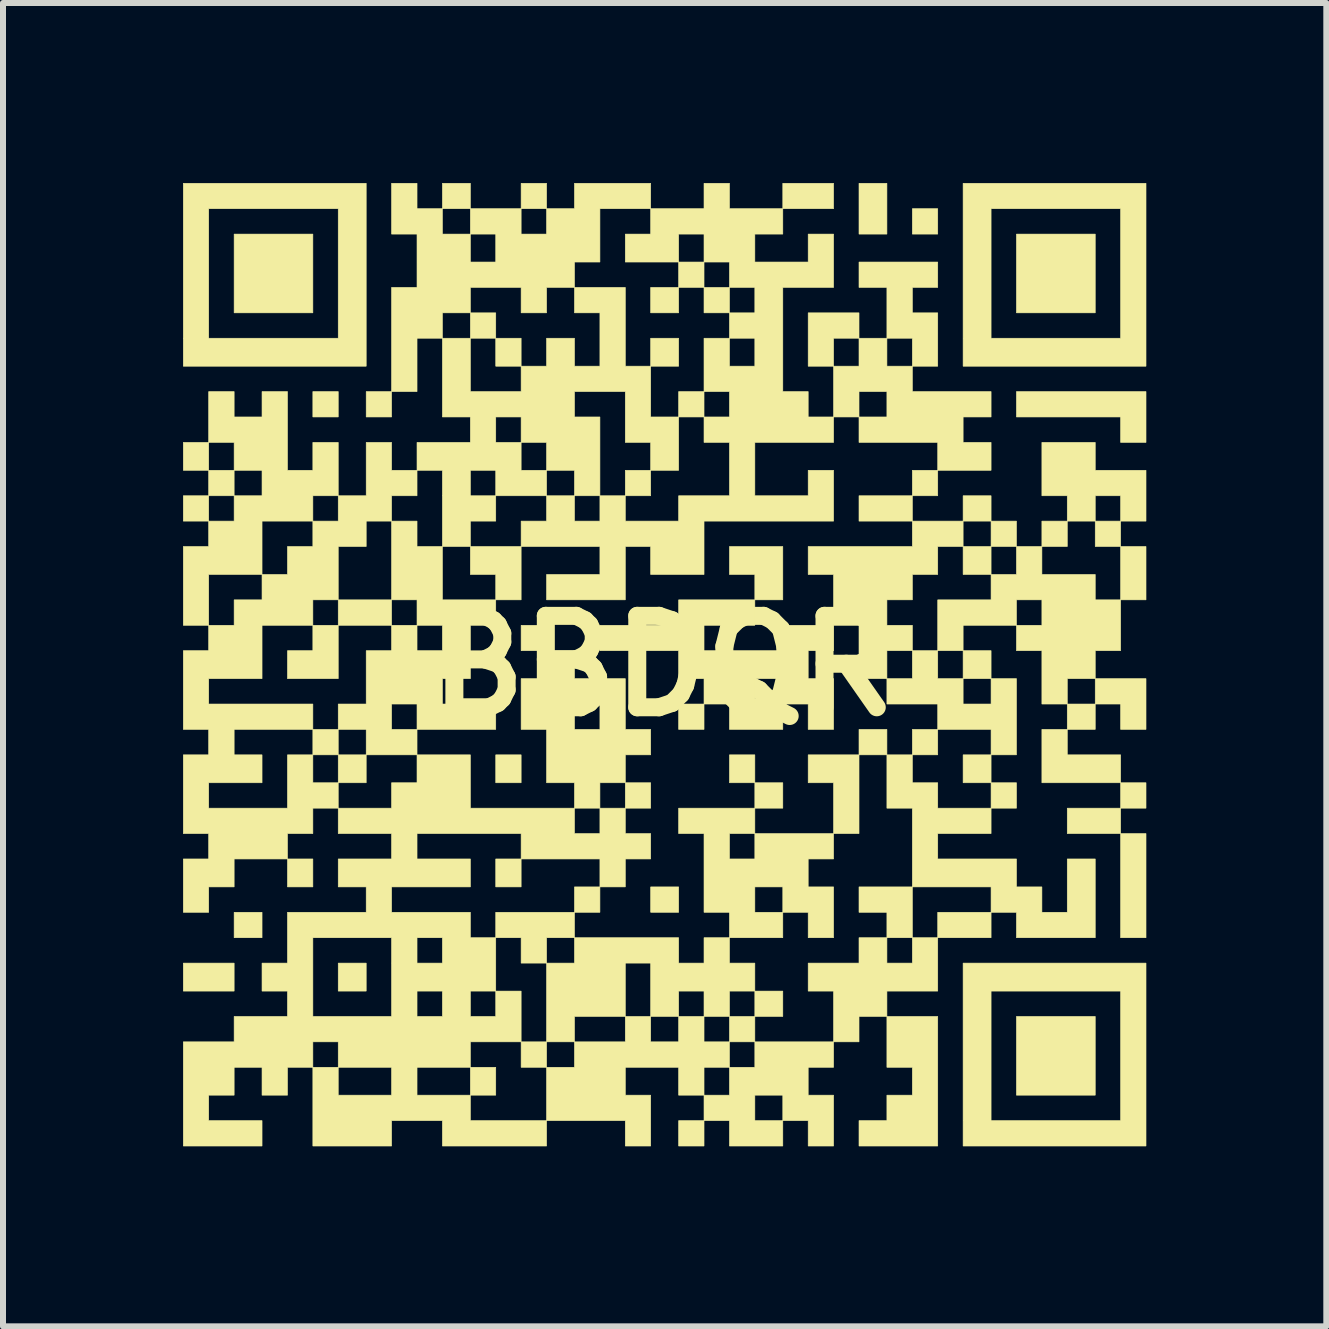
<source format=kicad_pcb>
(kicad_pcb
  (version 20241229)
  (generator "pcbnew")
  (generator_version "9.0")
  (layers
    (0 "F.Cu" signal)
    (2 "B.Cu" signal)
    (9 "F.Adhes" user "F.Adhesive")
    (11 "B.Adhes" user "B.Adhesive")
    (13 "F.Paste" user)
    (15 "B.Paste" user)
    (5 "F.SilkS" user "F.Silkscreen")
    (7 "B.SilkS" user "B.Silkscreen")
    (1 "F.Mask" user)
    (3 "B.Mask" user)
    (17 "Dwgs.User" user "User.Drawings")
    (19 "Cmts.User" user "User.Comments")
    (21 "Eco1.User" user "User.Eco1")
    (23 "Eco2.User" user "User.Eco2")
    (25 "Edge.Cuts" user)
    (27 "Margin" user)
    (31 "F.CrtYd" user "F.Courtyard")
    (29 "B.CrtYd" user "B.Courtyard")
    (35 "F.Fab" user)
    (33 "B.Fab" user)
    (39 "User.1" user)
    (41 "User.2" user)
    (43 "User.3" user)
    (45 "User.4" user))
  (footprint "BBDQR"
    (layer "F.Cu")
    (at 8.006 8.048)
    (property "Reference" "BBDQR" (at 0 0 0) (layer "F.SilkS") (effects (font (size 1.524 1.524) (thickness 0.3))))
    (attr through_hole)
    (fp_poly (pts (xy -7.154 5.419) (xy -8.001 5.419) (xy -8.001 4.953) (xy -7.154 4.953) (xy -7.154 5.419)) (stroke (width 0.01) (type solid)) (fill yes) (layer "F.SilkS"))
    (fp_poly (pts (xy -6.689 4.53) (xy -7.154 4.53) (xy -7.154 4.106) (xy -6.689 4.106) (xy -6.689 4.53)) (stroke (width 0.01) (type solid)) (fill yes) (layer "F.SilkS"))
    (fp_poly (pts (xy -5.842 -5.884) (xy -7.154 -5.884) (xy -7.154 -7.197) (xy -5.842 -7.197) (xy -5.842 -5.884)) (stroke (width 0.01) (type solid)) (fill yes) (layer "F.SilkS"))
    (fp_poly (pts (xy -5.842 3.683) (xy -6.265 3.683) (xy -6.265 3.217) (xy -5.842 3.217) (xy -5.842 3.683)) (stroke (width 0.01) (type solid)) (fill yes) (layer "F.SilkS"))
    (fp_poly (pts (xy -5.419 -4.149) (xy -5.842 -4.149) (xy -5.842 -4.572) (xy -5.419 -4.572) (xy -5.419 -4.149)) (stroke (width 0.01) (type solid)) (fill yes) (layer "F.SilkS"))
    (fp_poly (pts (xy -4.953 5.419) (xy -5.419 5.419) (xy -5.419 4.953) (xy -4.953 4.953) (xy -4.953 5.419)) (stroke (width 0.01) (type solid)) (fill yes) (layer "F.SilkS"))
    (fp_poly (pts (xy -4.53 -4.149) (xy -4.953 -4.149) (xy -4.953 -4.572) (xy -4.53 -4.572) (xy -4.53 -4.149)) (stroke (width 0.01) (type solid)) (fill yes) (layer "F.SilkS"))
    (fp_poly (pts (xy -2.794 -5.461) (xy -3.217 -5.461) (xy -3.217 -5.884) (xy -2.794 -5.884) (xy -2.794 -5.461)) (stroke (width 0.01) (type solid)) (fill yes) (layer "F.SilkS"))
    (fp_poly (pts (xy -2.794 7.154) (xy -3.217 7.154) (xy -3.217 6.689) (xy -2.794 6.689) (xy -2.794 7.154)) (stroke (width 0.01) (type solid)) (fill yes) (layer "F.SilkS"))
    (fp_poly (pts (xy -2.371 -4.995) (xy -2.794 -4.995) (xy -2.794 -5.461) (xy -2.371 -5.461) (xy -2.371 -4.995)) (stroke (width 0.01) (type solid)) (fill yes) (layer "F.SilkS"))
    (fp_poly (pts (xy -2.371 1.947) (xy -2.794 1.947) (xy -2.794 1.482) (xy -2.371 1.482) (xy -2.371 1.947)) (stroke (width 0.01) (type solid)) (fill yes) (layer "F.SilkS"))
    (fp_poly (pts (xy -2.371 3.683) (xy -2.794 3.683) (xy -2.794 3.217) (xy -2.371 3.217) (xy -2.371 3.683)) (stroke (width 0.01) (type solid)) (fill yes) (layer "F.SilkS"))
    (fp_poly (pts (xy -1.947 -0.254) (xy -2.371 -0.254) (xy -2.371 -0.677) (xy -1.947 -0.677) (xy -1.947 -0.254)) (stroke (width 0.01) (type solid)) (fill yes) (layer "F.SilkS"))
    (fp_poly (pts (xy -1.947 6.689) (xy -2.371 6.689) (xy -2.371 6.265) (xy -1.947 6.265) (xy -1.947 6.689)) (stroke (width 0.01) (type solid)) (fill yes) (layer "F.SilkS"))
    (fp_poly (pts (xy -1.058 4.106) (xy -1.482 4.106) (xy -1.482 3.683) (xy -1.058 3.683) (xy -1.058 4.106)) (stroke (width 0.01) (type solid)) (fill yes) (layer "F.SilkS"))
    (fp_poly (pts (xy -0.212 -2.836) (xy -0.635 -2.836) (xy -0.635 -3.26) (xy -0.212 -3.26) (xy -0.212 -2.836)) (stroke (width 0.01) (type solid)) (fill yes) (layer "F.SilkS"))
    (fp_poly (pts (xy -0.212 2.371) (xy -0.635 2.371) (xy -0.635 1.947) (xy -0.212 1.947) (xy -0.212 2.371)) (stroke (width 0.01) (type solid)) (fill yes) (layer "F.SilkS"))
    (fp_poly (pts (xy 0.254 -5.884) (xy -0.212 -5.884) (xy -0.212 -6.308) (xy 0.254 -6.308) (xy 0.254 -5.884)) (stroke (width 0.01) (type solid)) (fill yes) (layer "F.SilkS"))
    (fp_poly (pts (xy 0.254 -4.995) (xy -0.212 -4.995) (xy -0.212 -5.461) (xy 0.254 -5.461) (xy 0.254 -4.995)) (stroke (width 0.01) (type solid)) (fill yes) (layer "F.SilkS"))
    (fp_poly (pts (xy 0.254 4.106) (xy -0.212 4.106) (xy -0.212 3.683) (xy 0.254 3.683) (xy 0.254 4.106)) (stroke (width 0.01) (type solid)) (fill yes) (layer "F.SilkS"))
    (fp_poly (pts (xy 0.677 -6.308) (xy 0.254 -6.308) (xy 0.254 -6.731) (xy 0.677 -6.731) (xy 0.677 -6.308)) (stroke (width 0.01) (type solid)) (fill yes) (layer "F.SilkS"))
    (fp_poly (pts (xy 0.677 -4.149) (xy 0.254 -4.149) (xy 0.254 -4.572) (xy 0.677 -4.572) (xy 0.677 -4.149)) (stroke (width 0.01) (type solid)) (fill yes) (layer "F.SilkS"))
    (fp_poly (pts (xy 0.677 1.058) (xy 0.254 1.058) (xy 0.254 0.635) (xy 0.677 0.635) (xy 0.677 1.058)) (stroke (width 0.01) (type solid)) (fill yes) (layer "F.SilkS"))
    (fp_poly (pts (xy 0.677 8.001) (xy 0.254 8.001) (xy 0.254 7.578) (xy 0.677 7.578) (xy 0.677 8.001)) (stroke (width 0.01) (type solid)) (fill yes) (layer "F.SilkS"))
    (fp_poly (pts (xy 1.101 -5.884) (xy 0.677 -5.884) (xy 0.677 -6.308) (xy 1.101 -6.308) (xy 1.101 -5.884)) (stroke (width 0.01) (type solid)) (fill yes) (layer "F.SilkS"))
    (fp_poly (pts (xy 1.524 1.947) (xy 1.101 1.947) (xy 1.101 1.482) (xy 1.524 1.482) (xy 1.524 1.947)) (stroke (width 0.01) (type solid)) (fill yes) (layer "F.SilkS"))
    (fp_poly (pts (xy 1.524 6.265) (xy 1.101 6.265) (xy 1.101 5.842) (xy 1.524 5.842) (xy 1.524 6.265)) (stroke (width 0.01) (type solid)) (fill yes) (layer "F.SilkS"))
    (fp_poly (pts (xy 1.99 2.371) (xy 1.524 2.371) (xy 1.524 1.947) (xy 1.99 1.947) (xy 1.99 2.371)) (stroke (width 0.01) (type solid)) (fill yes) (layer "F.SilkS"))
    (fp_poly (pts (xy 1.99 5.842) (xy 1.524 5.842) (xy 1.524 5.419) (xy 1.99 5.419) (xy 1.99 5.842)) (stroke (width 0.01) (type solid)) (fill yes) (layer "F.SilkS"))
    (fp_poly (pts (xy 2.836 -7.62) (xy 1.99 -7.62) (xy 1.99 -8.043) (xy 2.836 -8.043) (xy 2.836 -7.62)) (stroke (width 0.01) (type solid)) (fill yes) (layer "F.SilkS"))
    (fp_poly (pts (xy 3.725 -7.197) (xy 3.26 -7.197) (xy 3.26 -8.043) (xy 3.725 -8.043) (xy 3.725 -7.197)) (stroke (width 0.01) (type solid)) (fill yes) (layer "F.SilkS"))
    (fp_poly (pts (xy 3.725 1.482) (xy 3.26 1.482) (xy 3.26 1.058) (xy 3.725 1.058) (xy 3.725 1.482)) (stroke (width 0.01) (type solid)) (fill yes) (layer "F.SilkS"))
    (fp_poly (pts (xy 4.572 -7.197) (xy 4.149 -7.197) (xy 4.149 -7.62) (xy 4.572 -7.62) (xy 4.572 -7.197)) (stroke (width 0.01) (type solid)) (fill yes) (layer "F.SilkS"))
    (fp_poly (pts (xy 4.572 1.482) (xy 4.149 1.482) (xy 4.149 1.058) (xy 4.572 1.058) (xy 4.572 1.482)) (stroke (width 0.01) (type solid)) (fill yes) (layer "F.SilkS"))
    (fp_poly (pts (xy 5.461 -1.524) (xy 4.995 -1.524) (xy 4.995 -1.99) (xy 5.461 -1.99) (xy 5.461 -1.524)) (stroke (width 0.01) (type solid)) (fill yes) (layer "F.SilkS"))
    (fp_poly (pts (xy 7.197 -5.884) (xy 5.884 -5.884) (xy 5.884 -7.197) (xy 7.197 -7.197) (xy 7.197 -5.884)) (stroke (width 0.01) (type solid)) (fill yes) (layer "F.SilkS"))
    (fp_poly (pts (xy 7.197 1.058) (xy 6.731 1.058) (xy 6.731 0.635) (xy 7.197 0.635) (xy 7.197 1.058)) (stroke (width 0.01) (type solid)) (fill yes) (layer "F.SilkS"))
    (fp_poly (pts (xy 7.197 7.154) (xy 5.884 7.154) (xy 5.884 5.842) (xy 7.197 5.842) (xy 7.197 7.154)) (stroke (width 0.01) (type solid)) (fill yes) (layer "F.SilkS"))
    (fp_poly (pts (xy 7.62 2.794) (xy 6.731 2.794) (xy 6.731 2.371) (xy 7.62 2.371) (xy 7.62 2.794)) (stroke (width 0.01) (type solid)) (fill yes) (layer "F.SilkS"))
    (fp_poly (pts (xy 8.043 2.371) (xy 7.62 2.371) (xy 7.62 1.947) (xy 8.043 1.947) (xy 8.043 2.371)) (stroke (width 0.01) (type solid)) (fill yes) (layer "F.SilkS"))
    (fp_poly (pts (xy 8.043 4.53) (xy 7.62 4.53) (xy 7.62 2.794) (xy 8.043 2.794) (xy 8.043 4.53)) (stroke (width 0.01) (type solid)) (fill yes) (layer "F.SilkS"))
    (fp_poly (pts (xy -5.419 0.212) (xy -6.265 0.212) (xy -6.265 -0.254) (xy -5.842 -0.254) (xy -5.842 -0.677) (xy -5.419 -0.677) (xy -5.419 0.212)) (stroke (width 0.01) (type solid)) (fill yes) (layer "F.SilkS"))
    (fp_poly (pts (xy -2.371 -1.101) (xy -2.794 -1.101) (xy -2.794 -1.524) (xy -3.217 -1.524) (xy -3.217 -1.99) (xy -2.371 -1.99) (xy -2.371 -1.101)) (stroke (width 0.01) (type solid)) (fill yes) (layer "F.SilkS"))
    (fp_poly (pts (xy 1.99 -1.101) (xy 1.524 -1.101) (xy 1.524 -1.524) (xy 1.101 -1.524) (xy 1.101 -1.99) (xy 1.99 -1.99) (xy 1.99 -1.101)) (stroke (width 0.01) (type solid)) (fill yes) (layer "F.SilkS"))
    (fp_poly (pts (xy 3.26 2.794) (xy 2.836 2.794) (xy 2.836 1.947) (xy 2.413 1.947) (xy 2.413 1.482) (xy 3.26 1.482) (xy 3.26 2.794)) (stroke (width 0.01) (type solid)) (fill yes) (layer "F.SilkS"))
    (fp_poly (pts (xy 4.149 4.53) (xy 3.725 4.53) (xy 3.725 4.106) (xy 3.26 4.106) (xy 3.26 3.683) (xy 4.149 3.683) (xy 4.149 4.53)) (stroke (width 0.01) (type solid)) (fill yes) (layer "F.SilkS"))
    (fp_poly (pts (xy 6.731 1.482) (xy 7.62 1.482) (xy 7.62 1.947) (xy 6.308 1.947) (xy 6.308 1.058) (xy 6.731 1.058) (xy 6.731 1.482)) (stroke (width 0.01) (type solid)) (fill yes) (layer "F.SilkS"))
    (fp_poly (pts (xy 7.197 0.212) (xy 8.043 0.212) (xy 8.043 1.058) (xy 7.62 1.058) (xy 7.62 0.635) (xy 7.197 0.635) (xy 7.197 0.212)) (stroke (width 0.01) (type solid)) (fill yes) (layer "F.SilkS"))
    (fp_poly (pts (xy 8.043 -3.725) (xy 7.62 -3.725) (xy 7.62 -4.149) (xy 5.884 -4.149) (xy 5.884 -4.572) (xy 8.043 -4.572) (xy 8.043 -3.725)) (stroke (width 0.01) (type solid)) (fill yes) (layer "F.SilkS"))
    (fp_poly (pts (xy 4.572 8.001) (xy 3.26 8.001) (xy 3.26 7.578) (xy 3.725 7.578) (xy 3.725 7.154) (xy 4.149 7.154) (xy 4.149 6.689) (xy 3.725 6.689) (xy 3.725 5.842) (xy 4.572 5.842) (xy 4.572 8.001)) (stroke (width 0.01) (type solid)) (fill yes) (layer "F.SilkS"))
    (fp_poly (pts (xy -4.953 -4.995) (xy -8.001 -4.995) (xy -8.001 -7.62) (xy -7.578 -7.62) (xy -7.578 -5.461) (xy -5.419 -5.461) (xy -5.419 -7.62) (xy -7.578 -7.62) (xy -8.001 -7.62) (xy -8.001 -8.043) (xy -4.953 -8.043) (xy -4.953 -4.995)) (stroke (width 0.01) (type solid)) (fill yes) (layer "F.SilkS"))
    (fp_poly (pts (xy 8.043 -4.995) (xy 4.995 -4.995) (xy 4.995 -7.62) (xy 5.461 -7.62) (xy 5.461 -5.461) (xy 7.62 -5.461) (xy 7.62 -7.62) (xy 5.461 -7.62) (xy 4.995 -7.62) (xy 4.995 -8.043) (xy 8.043 -8.043) (xy 8.043 -4.995)) (stroke (width 0.01) (type solid)) (fill yes) (layer "F.SilkS"))
    (fp_poly (pts (xy 8.043 8.001) (xy 4.995 8.001) (xy 4.995 5.419) (xy 5.461 5.419) (xy 5.461 7.578) (xy 7.62 7.578) (xy 7.62 5.419) (xy 5.461 5.419) (xy 4.995 5.419) (xy 4.995 4.953) (xy 8.043 4.953) (xy 8.043 8.001)) (stroke (width 0.01) (type solid)) (fill yes) (layer "F.SilkS"))
    (fp_poly (pts (xy -1.482 0.212) (xy -0.635 0.212) (xy -0.635 1.058) (xy -0.212 1.058) (xy -0.212 1.482) (xy -0.635 1.482) (xy -0.635 1.947) (xy -1.058 1.947) (xy -1.058 2.371) (xy -1.482 2.371) (xy -1.482 1.947) (xy -1.947 1.947) (xy -1.947 1.058) (xy -2.371 1.058) (xy -2.371 0.635) (xy -1.482 0.635) (xy -1.482 1.058) (xy -1.058 1.058) (xy -1.058 0.635) (xy -1.482 0.635) (xy -2.371 0.635) (xy -2.371 0.212) (xy -1.947 0.212) (xy -1.947 -0.254) (xy -1.482 -0.254) (xy -1.482 0.212)) (stroke (width 0.01) (type solid)) (fill yes) (layer "F.SilkS"))
    (fp_poly (pts (xy 2.836 2.794) (xy 2.836 3.217) (xy 2.413 3.217) (xy 2.413 3.683) (xy 2.836 3.683) (xy 2.836 4.53) (xy 2.413 4.53) (xy 2.413 4.106) (xy 1.99 4.106) (xy 1.99 4.53) (xy 1.101 4.53) (xy 1.101 4.106) (xy 0.677 4.106) (xy 0.677 3.683) (xy 1.524 3.683) (xy 1.524 4.106) (xy 1.99 4.106) (xy 1.99 3.683) (xy 1.524 3.683) (xy 0.677 3.683) (xy 0.677 2.794) (xy 1.101 2.794) (xy 1.101 3.217) (xy 1.524 3.217) (xy 1.524 2.794) (xy 1.101 2.794) (xy 0.677 2.794) (xy 0.254 2.794) (xy 0.254 2.371) (xy 1.524 2.371) (xy 1.524 2.794) (xy 2.836 2.794)) (stroke (width 0.01) (type solid)) (fill yes) (layer "F.SilkS"))
    (fp_poly (pts (xy 0.677 0.212) (xy 1.524 0.212) (xy 1.524 0.635) (xy 1.99 0.635) (xy 1.99 0.212) (xy 1.524 0.212) (xy 0.677 0.212) (xy 0.254 0.212) (xy 0.254 -0.254) (xy -1.058 -0.254) (xy -1.058 -0.677) (xy 0.254 -0.677) (xy 0.254 -1.101) (xy 1.524 -1.101) (xy 1.524 -0.677) (xy 0.677 -0.677) (xy 0.677 -0.254) (xy 1.99 -0.254) (xy 1.99 -0.677) (xy 2.836 -0.677) (xy 2.836 -0.254) (xy 2.413 -0.254) (xy 2.413 0.212) (xy 2.836 0.212) (xy 2.836 1.058) (xy 2.413 1.058) (xy 2.413 0.635) (xy 1.99 0.635) (xy 1.99 1.058) (xy 1.101 1.058) (xy 1.101 0.635) (xy 0.677 0.635) (xy 0.677 0.212)) (stroke (width 0.01) (type solid)) (fill yes) (layer "F.SilkS"))
    (fp_poly (pts (xy 0.254 4.53) (xy 0.254 4.953) (xy 0.677 4.953) (xy 0.677 4.53) (xy 1.101 4.53) (xy 1.101 4.953) (xy 1.524 4.953) (xy 1.524 5.419) (xy 1.101 5.419) (xy 1.101 5.842) (xy 0.677 5.842) (xy 0.677 5.419) (xy 0.254 5.419) (xy 0.254 5.842) (xy -0.212 5.842) (xy -0.212 4.953) (xy -0.635 4.953) (xy -0.635 5.842) (xy -1.482 5.842) (xy -1.482 6.265) (xy -1.947 6.265) (xy -1.947 4.953) (xy -2.371 4.953) (xy -2.371 4.53) (xy -1.947 4.53) (xy -1.947 4.953) (xy -1.482 4.953) (xy -1.482 4.53) (xy -1.947 4.53) (xy -2.371 4.53) (xy -2.794 4.53) (xy -2.794 4.106) (xy -1.482 4.106) (xy -1.482 4.53) (xy 0.254 4.53)) (stroke (width 0.01) (type solid)) (fill yes) (layer "F.SilkS"))
    (fp_poly (pts (xy -4.106 -7.62) (xy -3.683 -7.62) (xy -3.683 -7.197) (xy -3.217 -7.197) (xy -3.217 -6.731) (xy -2.794 -6.731) (xy -2.794 -7.197) (xy -3.217 -7.197) (xy -3.217 -7.62) (xy -3.683 -7.62) (xy -3.683 -8.043) (xy -3.217 -8.043) (xy -3.217 -7.62) (xy -2.371 -7.62) (xy -2.371 -7.197) (xy -1.947 -7.197) (xy -1.947 -7.62) (xy -2.371 -7.62) (xy -2.371 -8.043) (xy -1.947 -8.043) (xy -1.947 -7.62) (xy -1.482 -7.62) (xy -1.482 -8.043) (xy -0.212 -8.043) (xy -0.212 -7.62) (xy -1.058 -7.62) (xy -1.058 -6.731) (xy -1.482 -6.731) (xy -1.482 -6.308) (xy -1.947 -6.308) (xy -1.947 -5.884) (xy -2.371 -5.884) (xy -2.371 -6.308) (xy -3.217 -6.308) (xy -3.217 -5.884) (xy -3.683 -5.884) (xy -3.683 -5.461) (xy -4.106 -5.461) (xy -4.106 -4.572) (xy -4.53 -4.572) (xy -4.53 -6.308) (xy -4.106 -6.308) (xy -4.106 -7.197) (xy -4.53 -7.197) (xy -4.53 -8.043) (xy -4.106 -8.043) (xy -4.106 -7.62)) (stroke (width 0.01) (type solid)) (fill yes) (layer "F.SilkS"))
    (fp_poly (pts (xy -5.419 -1.101) (xy -4.53 -1.101) (xy -4.53 -0.677) (xy -4.106 -0.677) (xy -4.106 -0.254) (xy -3.683 -0.254) (xy -3.683 -0.677) (xy -4.106 -0.677) (xy -4.106 -1.101) (xy -4.53 -1.101) (xy -4.53 -2.413) (xy -4.106 -2.413) (xy -4.106 -1.99) (xy -3.683 -1.99) (xy -3.683 -1.101) (xy -2.794 -1.101) (xy -2.794 -0.677) (xy -3.217 -0.677) (xy -3.217 0.212) (xy -3.683 0.212) (xy -3.683 0.635) (xy -2.794 0.635) (xy -2.794 1.058) (xy -4.106 1.058) (xy -4.106 1.482) (xy -4.953 1.482) (xy -4.953 1.947) (xy -5.419 1.947) (xy -5.419 1.482) (xy -5.842 1.482) (xy -5.842 1.058) (xy -5.419 1.058) (xy -5.419 1.482) (xy -4.953 1.482) (xy -4.953 1.058) (xy -5.419 1.058) (xy -5.419 0.635) (xy -4.953 0.635) (xy -4.53 0.635) (xy -4.53 1.058) (xy -4.106 1.058) (xy -4.106 0.635) (xy -4.53 0.635) (xy -4.953 0.635) (xy -4.953 -0.254) (xy -4.53 -0.254) (xy -4.53 -0.677) (xy -5.419 -0.677) (xy -5.419 -1.101)) (stroke (width 0.01) (type solid)) (fill yes) (layer "F.SilkS"))
    (fp_poly (pts (xy 5.461 -0.254) (xy 5.461 0.212) (xy 5.884 0.212) (xy 5.884 1.482) (xy 5.461 1.482) (xy 5.461 1.947) (xy 5.884 1.947) (xy 5.884 2.371) (xy 5.461 2.371) (xy 5.461 2.794) (xy 4.572 2.794) (xy 4.572 3.217) (xy 5.884 3.217) (xy 5.884 3.683) (xy 6.308 3.683) (xy 6.308 4.106) (xy 6.731 4.106) (xy 6.731 3.217) (xy 7.197 3.217) (xy 7.197 4.53) (xy 5.884 4.53) (xy 5.884 4.106) (xy 5.461 4.106) (xy 5.461 4.53) (xy 4.572 4.53) (xy 4.572 5.419) (xy 3.725 5.419) (xy 3.725 5.842) (xy 3.26 5.842) (xy 3.26 6.265) (xy 2.836 6.265) (xy 2.836 6.689) (xy 2.413 6.689) (xy 2.413 7.154) (xy 2.836 7.154) (xy 2.836 8.001) (xy 2.413 8.001) (xy 2.413 7.578) (xy 1.99 7.578) (xy 1.99 8.001) (xy 1.101 8.001) (xy 1.101 7.578) (xy 0.677 7.578) (xy 0.677 7.154) (xy 0.254 7.154) (xy 0.254 6.689) (xy 0.677 6.689) (xy 0.677 7.154) (xy 1.101 7.154) (xy 1.524 7.154) (xy 1.524 7.578) (xy 1.99 7.578) (xy 1.99 7.154) (xy 1.524 7.154) (xy 1.101 7.154) (xy 1.101 6.689) (xy 0.677 6.689) (xy 0.254 6.689) (xy -0.635 6.689) (xy -0.635 7.154) (xy -0.212 7.154) (xy -0.212 8.001) (xy -0.635 8.001) (xy -0.635 7.578) (xy -1.947 7.578) (xy -1.947 8.001) (xy -3.683 8.001) (xy -3.683 7.578) (xy -4.53 7.578) (xy -4.53 8.001) (xy -5.842 8.001) (xy -5.842 6.689) (xy -6.265 6.689) (xy -6.265 7.154) (xy -6.689 7.154) (xy -6.689 6.689) (xy -7.154 6.689) (xy -7.154 7.154) (xy -7.578 7.154) (xy -7.578 7.578) (xy -6.689 7.578) (xy -6.689 8.001) (xy -8.001 8.001) (xy -8.001 6.265) (xy -7.154 6.265) (xy -5.842 6.265) (xy -5.842 6.689) (xy -5.419 6.689) (xy -5.419 7.154) (xy -4.53 7.154) (xy -4.53 6.689) (xy -5.419 6.689) (xy -5.419 6.265) (xy -5.842 6.265) (xy -7.154 6.265) (xy -7.154 5.842) (xy -6.265 5.842) (xy -6.265 5.419) (xy -6.689 5.419) (xy -6.689 4.953) (xy -6.265 4.953) (xy -6.265 4.53) (xy -5.842 4.53) (xy -5.842 5.842) (xy -4.53 5.842) (xy -4.53 5.419) (xy -4.106 5.419) (xy -4.106 5.842) (xy -3.683 5.842) (xy -3.683 5.419) (xy -3.217 5.419) (xy -3.217 5.842) (xy -2.794 5.842) (xy -2.794 5.419) (xy -3.217 5.419) (xy -3.683 5.419) (xy -4.106 5.419) (xy -4.53 5.419) (xy -4.53 4.53) (xy -4.106 4.53) (xy -4.106 4.953) (xy -3.683 4.953) (xy -3.683 4.53) (xy -4.106 4.53) (xy -4.53 4.53) (xy -5.842 4.53) (xy -6.265 4.53) (xy -6.265 4.106) (xy -4.953 4.106) (xy -4.953 3.683) (xy -5.419 3.683) (xy -5.419 3.217) (xy -4.53 3.217) (xy -4.53 2.794) (xy -5.419 2.794) (xy -5.419 2.371) (xy -5.842 2.371) (xy -5.842 2.794) (xy -6.265 2.794) (xy -6.265 3.217) (xy -7.154 3.217) (xy -7.154 3.683) (xy -7.578 3.683) (xy -7.578 4.106) (xy -8.001 4.106) (xy -8.001 3.217) (xy -7.578 3.217) (xy -7.578 2.794) (xy -8.001 2.794) (xy -8.001 1.482) (xy -7.578 1.482) (xy -7.578 1.058) (xy -8.001 1.058) (xy -8.001 0.212) (xy -7.578 0.212) (xy -7.578 0.635) (xy -5.842 0.635) (xy -5.842 1.058) (xy -7.154 1.058) (xy -7.154 1.482) (xy -6.689 1.482) (xy -6.689 1.947) (xy -7.578 1.947) (xy -7.578 2.371) (xy -6.265 2.371) (xy -6.265 1.482) (xy -5.842 1.482) (xy -5.842 1.947) (xy -5.419 1.947) (xy -5.419 2.371) (xy -4.53 2.371) (xy -4.53 1.947) (xy -4.106 1.947) (xy -4.106 1.482) (xy -3.217 1.482) (xy -3.217 2.371) (xy -1.482 2.371) (xy -1.482 2.794) (xy -1.058 2.794) (xy -1.058 2.371) (xy -0.635 2.371) (xy -0.635 2.794) (xy -0.212 2.794) (xy -0.212 3.217) (xy -0.635 3.217) (xy -0.635 3.683) (xy -1.058 3.683) (xy -1.058 3.217) (xy -2.371 3.217) (xy -2.371 2.794) (xy -4.106 2.794) (xy -4.106 3.217) (xy -3.217 3.217) (xy -3.217 3.683) (xy -4.53 3.683) (xy -4.53 4.106) (xy -3.217 4.106) (xy -3.217 4.53) (xy -2.794 4.53) (xy -2.794 5.419) (xy -2.371 5.419) (xy -2.371 6.265) (xy -3.217 6.265) (xy -3.217 6.689) (xy -4.106 6.689) (xy -4.106 7.154) (xy -3.217 7.154) (xy -3.217 7.578) (xy -1.947 7.578) (xy -1.947 6.689) (xy -1.482 6.689) (xy -1.482 6.265) (xy -0.635 6.265) (xy -0.635 5.842) (xy -0.212 5.842) (xy -0.212 6.265) (xy 0.254 6.265) (xy 0.254 5.842) (xy 0.677 5.842) (xy 0.677 6.265) (xy 1.101 6.265) (xy 1.101 6.689) (xy 1.524 6.689) (xy 1.524 6.265) (xy 2.836 6.265) (xy 2.836 5.419) (xy 2.413 5.419) (xy 2.413 4.953) (xy 3.26 4.953) (xy 3.26 4.53) (xy 3.725 4.53) (xy 3.725 4.953) (xy 4.149 4.953) (xy 4.149 4.53) (xy 4.572 4.53) (xy 4.572 4.106) (xy 5.461 4.106) (xy 5.461 3.683) (xy 4.149 3.683) (xy 4.149 2.371) (xy 3.725 2.371) (xy 3.725 1.482) (xy 4.149 1.482) (xy 4.149 1.947) (xy 4.572 1.947) (xy 4.572 2.371) (xy 5.461 2.371) (xy 5.461 1.947) (xy 4.995 1.947) (xy 4.995 1.482) (xy 5.461 1.482) (xy 5.461 1.058) (xy 4.572 1.058) (xy 4.572 0.635) (xy 3.725 0.635) (xy 3.725 0.212) (xy 3.26 0.212) (xy 3.26 -0.254) (xy 3.725 -0.254) (xy 3.725 0.212) (xy 4.149 0.212) (xy 4.149 -0.254) (xy 3.725 -0.254) (xy 3.26 -0.254) (xy 3.26 -0.677) (xy 2.836 -0.677) (xy 2.836 -1.101) (xy 3.725 -1.101) (xy 3.725 -0.677) (xy 4.149 -0.677) (xy 4.149 -0.254) (xy 4.572 -0.254) (xy 4.572 0.212) (xy 4.995 0.212) (xy 4.995 0.635) (xy 5.461 0.635) (xy 5.461 0.212) (xy 4.995 0.212) (xy 4.995 -0.254) (xy 4.572 -0.254) (xy 4.572 -1.101) (xy 5.461 -1.101) (xy 5.884 -1.101) (xy 5.884 -0.677) (xy 6.308 -0.677) (xy 6.308 -1.101) (xy 5.884 -1.101) (xy 5.461 -1.101) (xy 5.461 -1.524) (xy 5.884 -1.524) (xy 5.884 -1.99) (xy 5.461 -1.99) (xy 5.461 -2.413) (xy 4.995 -2.413) (xy 4.995 -1.99) (xy 4.572 -1.99) (xy 4.572 -1.524) (xy 4.149 -1.524) (xy 4.149 -1.101) (xy 3.725 -1.101) (xy 2.836 -1.101) (xy 2.836 -1.524) (xy 2.413 -1.524) (xy 2.413 -1.99) (xy 4.149 -1.99) (xy 4.149 -2.413) (xy 3.26 -2.413) (xy 3.26 -2.836) (xy 4.149 -2.836) (xy 4.149 -3.26) (xy 4.572 -3.26) (xy 4.572 -3.725) (xy 3.26 -3.725) (xy 3.26 -4.149) (xy 2.836 -4.149) (xy 2.836 -3.725) (xy 1.524 -3.725) (xy 1.524 -2.836) (xy 2.413 -2.836) (xy 2.413 -3.26) (xy 2.836 -3.26) (xy 2.836 -2.413) (xy 0.677 -2.413) (xy 0.677 -1.524) (xy -0.212 -1.524) (xy -0.212 -1.99) (xy -0.635 -1.99) (xy -0.635 -1.101) (xy -1.947 -1.101) (xy -1.947 -1.524) (xy -1.058 -1.524) (xy -1.058 -1.99) (xy -2.371 -1.99) (xy -2.371 -2.413) (xy -1.947 -2.413) (xy -1.947 -2.836) (xy -2.794 -2.836) (xy -2.794 -2.413) (xy -3.217 -2.413) (xy -3.217 -1.99) (xy -3.683 -1.99) (xy -3.683 -3.26) (xy -3.217 -3.26) (xy -3.217 -2.836) (xy -2.794 -2.836) (xy -2.794 -3.26) (xy -3.217 -3.26) (xy -3.683 -3.26) (xy -4.106 -3.26) (xy -4.106 -2.836) (xy -4.53 -2.836) (xy -4.53 -2.413) (xy -4.953 -2.413) (xy -4.953 -1.99) (xy -5.419 -1.99) (xy -5.419 -1.101) (xy -5.842 -1.101) (xy -5.842 -0.677) (xy -6.689 -0.677) (xy -6.689 0.212) (xy -7.578 0.212) (xy -8.001 0.212) (xy -8.001 -0.254) (xy -7.578 -0.254) (xy -7.578 -0.677) (xy -8.001 -0.677) (xy -8.001 -1.524) (xy -7.578 -1.524) (xy -7.578 -0.677) (xy -7.154 -0.677) (xy -7.154 -1.101) (xy -6.689 -1.101) (xy -6.689 -1.524) (xy -7.578 -1.524) (xy -8.001 -1.524) (xy -8.001 -1.99) (xy -7.578 -1.99) (xy -7.578 -2.413) (xy -8.001 -2.413) (xy -8.001 -2.836) (xy -7.578 -2.836) (xy -7.578 -2.413) (xy -7.154 -2.413) (xy -6.689 -2.413) (xy -6.689 -1.524) (xy -6.265 -1.524) (xy -6.265 -1.99) (xy -5.842 -1.99) (xy -5.842 -2.413) (xy -6.689 -2.413) (xy -7.154 -2.413) (xy -7.154 -2.836) (xy -7.578 -2.836) (xy -7.578 -3.26) (xy -8.001 -3.26) (xy -8.001 -3.725) (xy -7.578 -3.725) (xy -7.578 -3.26) (xy -7.154 -3.26) (xy -7.154 -2.836) (xy -6.689 -2.836) (xy -5.842 -2.836) (xy -5.842 -2.413) (xy -5.419 -2.413) (xy -5.419 -2.836) (xy -5.842 -2.836) (xy -6.689 -2.836) (xy -6.689 -3.26) (xy -7.154 -3.26) (xy -7.154 -3.725) (xy -7.578 -3.725) (xy -7.578 -4.572) (xy -7.154 -4.572) (xy -7.154 -4.149) (xy -6.689 -4.149) (xy -6.689 -4.572) (xy -6.265 -4.572) (xy -6.265 -3.26) (xy -5.842 -3.26) (xy -5.842 -3.725) (xy -5.419 -3.725) (xy -5.419 -2.836) (xy -4.953 -2.836) (xy -4.953 -3.725) (xy -4.53 -3.725) (xy -4.53 -3.26) (xy -4.106 -3.26) (xy -4.106 -3.725) (xy -3.217 -3.725) (xy -3.217 -4.149) (xy -2.794 -4.149) (xy -2.794 -3.725) (xy -2.371 -3.725) (xy -2.371 -3.26) (xy -1.947 -3.26) (xy -1.947 -2.836) (xy -1.482 -2.836) (xy -1.482 -2.413) (xy -1.058 -2.413) (xy -1.058 -2.836) (xy -1.482 -2.836) (xy -1.482 -3.26) (xy -1.947 -3.26) (xy -1.947 -3.725) (xy -2.371 -3.725) (xy -2.371 -4.149) (xy -2.794 -4.149) (xy -3.217 -4.149) (xy -3.683 -4.149) (xy -3.683 -5.461) (xy -3.217 -5.461) (xy -3.217 -4.572) (xy -2.371 -4.572) (xy -2.371 -4.995) (xy -1.947 -4.995) (xy -1.947 -5.461) (xy -1.482 -5.461) (xy -1.482 -4.995) (xy -1.058 -4.995) (xy -1.058 -5.884) (xy -1.482 -5.884) (xy -1.482 -6.308) (xy -0.635 -6.308) (xy -0.635 -4.995) (xy -0.212 -4.995) (xy -0.212 -4.149) (xy 0.254 -4.149) (xy 0.254 -3.26) (xy -0.212 -3.26) (xy -0.212 -3.725) (xy -0.635 -3.725) (xy -0.635 -4.572) (xy -1.482 -4.572) (xy -1.482 -4.149) (xy -1.058 -4.149) (xy -1.058 -2.836) (xy -0.635 -2.836) (xy -0.635 -2.413) (xy 0.254 -2.413) (xy 0.254 -2.836) (xy 1.101 -2.836) (xy 1.101 -3.725) (xy 0.677 -3.725) (xy 0.677 -4.149) (xy 1.101 -4.149) (xy 1.101 -4.572) (xy 0.677 -4.572) (xy 0.677 -5.461) (xy 1.101 -5.461) (xy 1.101 -4.995) (xy 1.524 -4.995) (xy 1.524 -5.461) (xy 1.101 -5.461) (xy 1.101 -5.884) (xy 1.524 -5.884) (xy 1.524 -6.308) (xy 1.101 -6.308) (xy 1.101 -6.731) (xy 0.677 -6.731) (xy 0.677 -7.197) (xy 0.254 -7.197) (xy 0.254 -6.731) (xy -0.635 -6.731) (xy -0.635 -7.197) (xy -0.212 -7.197) (xy -0.212 -7.62) (xy 0.677 -7.62) (xy 0.677 -8.043) (xy 1.101 -8.043) (xy 1.101 -7.62) (xy 1.99 -7.62) (xy 1.99 -7.197) (xy 1.524 -7.197) (xy 1.524 -6.731) (xy 2.413 -6.731) (xy 2.413 -7.197) (xy 2.836 -7.197) (xy 2.836 -6.308) (xy 1.99 -6.308) (xy 1.99 -4.572) (xy 2.413 -4.572) (xy 2.413 -4.149) (xy 2.836 -4.149) (xy 2.836 -4.572) (xy 3.26 -4.572) (xy 3.26 -4.149) (xy 3.725 -4.149) (xy 3.725 -4.572) (xy 3.26 -4.572) (xy 2.836 -4.572) (xy 2.836 -4.995) (xy 2.413 -4.995) (xy 2.413 -5.461) (xy 2.836 -5.461) (xy 2.836 -4.995) (xy 3.26 -4.995) (xy 3.26 -5.461) (xy 2.836 -5.461) (xy 2.413 -5.461) (xy 2.413 -5.884) (xy 3.26 -5.884) (xy 3.26 -5.461) (xy 3.725 -5.461) (xy 3.725 -4.995) (xy 4.149 -4.995) (xy 4.149 -5.461) (xy 3.725 -5.461) (xy 3.725 -6.308) (xy 3.26 -6.308) (xy 3.26 -6.731) (xy 4.572 -6.731) (xy 4.572 -6.308) (xy 4.149 -6.308) (xy 4.149 -5.884) (xy 4.572 -5.884) (xy 4.572 -4.995) (xy 4.149 -4.995) (xy 4.149 -4.572) (xy 5.461 -4.572) (xy 5.461 -4.149) (xy 4.995 -4.149) (xy 4.995 -3.725) (xy 5.461 -3.725) (xy 5.461 -3.26) (xy 4.572 -3.26) (xy 4.572 -2.836) (xy 4.149 -2.836) (xy 4.149 -2.413) (xy 4.995 -2.413) (xy 4.995 -2.836) (xy 5.461 -2.836) (xy 5.461 -2.413) (xy 5.884 -2.413) (xy 5.884 -1.99) (xy 6.308 -1.99) (xy 6.308 -1.524) (xy 7.197 -1.524) (xy 7.197 -1.101) (xy 7.62 -1.101) (xy 7.62 -1.99) (xy 7.197 -1.99) (xy 7.197 -2.413) (xy 6.731 -2.413) (xy 6.731 -1.99) (xy 6.308 -1.99) (xy 6.308 -2.413) (xy 6.731 -2.413) (xy 6.731 -2.836) (xy 7.197 -2.836) (xy 7.197 -2.413) (xy 7.62 -2.413) (xy 7.62 -2.836) (xy 7.197 -2.836) (xy 6.731 -2.836) (xy 6.308 -2.836) (xy 6.308 -3.725) (xy 7.197 -3.725) (xy 7.197 -3.26) (xy 8.043 -3.26) (xy 8.043 -2.413) (xy 7.62 -2.413) (xy 7.62 -1.99) (xy 8.043 -1.99) (xy 8.043 -1.101) (xy 7.62 -1.101) (xy 7.62 -0.254) (xy 7.197 -0.254) (xy 7.197 0.212) (xy 6.731 0.212) (xy 6.731 0.635) (xy 6.308 0.635) (xy 6.308 -0.254) (xy 5.884 -0.254) (xy 5.884 -0.677) (xy 4.995 -0.677) (xy 4.995 -0.254) (xy 5.461 -0.254)) (stroke (width 0.01) (type solid)) (fill yes) (layer "F.SilkS")))
  (gr_rect
    (start -3 -3)
    (end 19.054 19.054)
    (stroke (width 0.1) (type default))
    (fill no)
    (layer "Edge.Cuts")))
</source>
